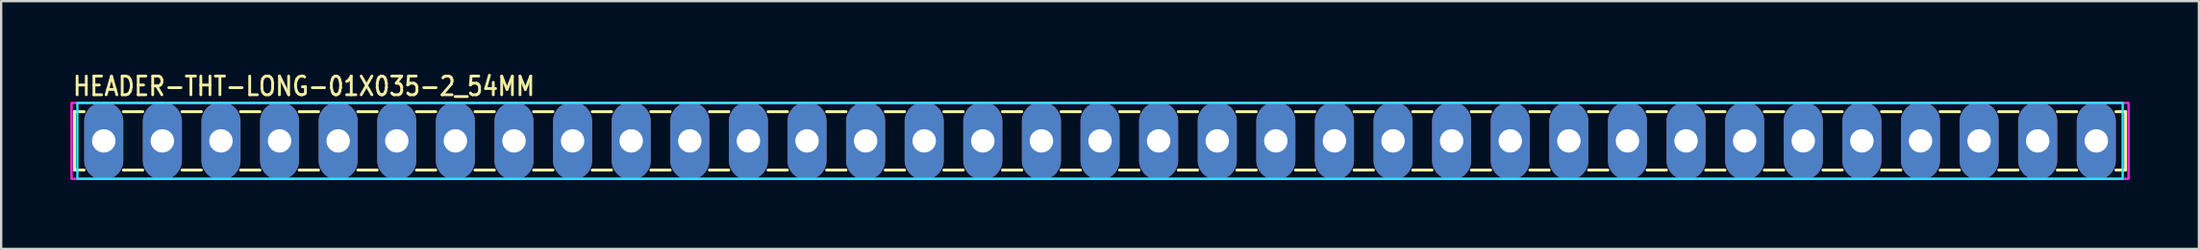
<source format=kicad_pcb>
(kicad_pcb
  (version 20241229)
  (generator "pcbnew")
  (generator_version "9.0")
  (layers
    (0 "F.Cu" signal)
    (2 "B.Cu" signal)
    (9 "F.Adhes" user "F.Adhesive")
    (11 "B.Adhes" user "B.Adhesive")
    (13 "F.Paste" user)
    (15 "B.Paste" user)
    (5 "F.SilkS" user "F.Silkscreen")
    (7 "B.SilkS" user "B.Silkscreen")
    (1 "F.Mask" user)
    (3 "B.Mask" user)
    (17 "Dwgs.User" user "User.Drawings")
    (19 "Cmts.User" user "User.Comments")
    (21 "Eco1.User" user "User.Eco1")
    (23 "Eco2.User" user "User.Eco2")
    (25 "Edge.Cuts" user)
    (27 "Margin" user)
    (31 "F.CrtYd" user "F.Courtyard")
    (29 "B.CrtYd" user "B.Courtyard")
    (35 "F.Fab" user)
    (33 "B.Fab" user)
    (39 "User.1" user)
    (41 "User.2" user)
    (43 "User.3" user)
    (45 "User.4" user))
  (footprint "HEADER-THT-LONG-01X035-2_54MM"
    (layer "F.Cu")
    (at 1.447 3.079)
    (property "Reference" "HEADER-THT-LONG-01X035-2_54MM" (at -1.4 -1.9 0) (unlocked yes) (layer "F.SilkS") (effects (font (size 0.813 0.695) (thickness 0.122)) (justify left bottom)))
    (fp_line (start -1.27 -1.27) (end -1.27 1.27) (stroke (width 0.127) (type solid)) (layer "F.SilkS"))
    (fp_line (start -1.27 1.27) (end -0.85 1.27) (stroke (width 0.127) (type solid)) (layer "F.SilkS"))
    (fp_line (start -0.85 -1.27) (end -1.27 -1.27) (stroke (width 0.127) (type solid)) (layer "F.SilkS"))
    (fp_line (start 0.85 -1.27) (end 1.69 -1.27) (stroke (width 0.127) (type solid)) (layer "F.SilkS"))
    (fp_line (start 0.85 1.27) (end 1.69 1.27) (stroke (width 0.127) (type solid)) (layer "F.SilkS"))
    (fp_line (start 3.39 -1.27) (end 4.23 -1.27) (stroke (width 0.127) (type solid)) (layer "F.SilkS"))
    (fp_line (start 3.39 1.27) (end 4.23 1.27) (stroke (width 0.127) (type solid)) (layer "F.SilkS"))
    (fp_line (start 5.93 -1.27) (end 6.77 -1.27) (stroke (width 0.127) (type solid)) (layer "F.SilkS"))
    (fp_line (start 5.93 1.27) (end 6.77 1.27) (stroke (width 0.127) (type solid)) (layer "F.SilkS"))
    (fp_line (start 8.47 -1.27) (end 9.31 -1.27) (stroke (width 0.127) (type solid)) (layer "F.SilkS"))
    (fp_line (start 8.47 1.27) (end 9.31 1.27) (stroke (width 0.127) (type solid)) (layer "F.SilkS"))
    (fp_line (start 11.01 -1.27) (end 11.85 -1.27) (stroke (width 0.127) (type solid)) (layer "F.SilkS"))
    (fp_line (start 11.01 1.27) (end 11.85 1.27) (stroke (width 0.127) (type solid)) (layer "F.SilkS"))
    (fp_line (start 13.55 -1.27) (end 14.39 -1.27) (stroke (width 0.127) (type solid)) (layer "F.SilkS"))
    (fp_line (start 13.55 1.27) (end 14.39 1.27) (stroke (width 0.127) (type solid)) (layer "F.SilkS"))
    (fp_line (start 16.09 -1.27) (end 16.93 -1.27) (stroke (width 0.127) (type solid)) (layer "F.SilkS"))
    (fp_line (start 16.09 1.27) (end 16.93 1.27) (stroke (width 0.127) (type solid)) (layer "F.SilkS"))
    (fp_line (start 18.63 -1.27) (end 19.47 -1.27) (stroke (width 0.127) (type solid)) (layer "F.SilkS"))
    (fp_line (start 18.63 1.27) (end 19.47 1.27) (stroke (width 0.127) (type solid)) (layer "F.SilkS"))
    (fp_line (start 21.17 -1.27) (end 22.01 -1.27) (stroke (width 0.127) (type solid)) (layer "F.SilkS"))
    (fp_line (start 21.17 1.27) (end 22.01 1.27) (stroke (width 0.127) (type solid)) (layer "F.SilkS"))
    (fp_line (start 23.71 -1.27) (end 24.55 -1.27) (stroke (width 0.127) (type solid)) (layer "F.SilkS"))
    (fp_line (start 23.71 1.27) (end 24.55 1.27) (stroke (width 0.127) (type solid)) (layer "F.SilkS"))
    (fp_line (start 26.25 -1.27) (end 27.09 -1.27) (stroke (width 0.127) (type solid)) (layer "F.SilkS"))
    (fp_line (start 26.25 1.27) (end 27.09 1.27) (stroke (width 0.127) (type solid)) (layer "F.SilkS"))
    (fp_line (start 28.79 -1.27) (end 29.63 -1.27) (stroke (width 0.127) (type solid)) (layer "F.SilkS"))
    (fp_line (start 28.79 1.27) (end 29.63 1.27) (stroke (width 0.127) (type solid)) (layer "F.SilkS"))
    (fp_line (start 31.33 -1.27) (end 32.17 -1.27) (stroke (width 0.127) (type solid)) (layer "F.SilkS"))
    (fp_line (start 31.33 1.27) (end 32.17 1.27) (stroke (width 0.127) (type solid)) (layer "F.SilkS"))
    (fp_line (start 33.87 -1.27) (end 34.71 -1.27) (stroke (width 0.127) (type solid)) (layer "F.SilkS"))
    (fp_line (start 33.87 1.27) (end 34.71 1.27) (stroke (width 0.127) (type solid)) (layer "F.SilkS"))
    (fp_line (start 36.41 -1.27) (end 37.25 -1.27) (stroke (width 0.127) (type solid)) (layer "F.SilkS"))
    (fp_line (start 36.41 1.27) (end 37.25 1.27) (stroke (width 0.127) (type solid)) (layer "F.SilkS"))
    (fp_line (start 38.95 -1.27) (end 39.79 -1.27) (stroke (width 0.127) (type solid)) (layer "F.SilkS"))
    (fp_line (start 38.95 1.27) (end 39.79 1.27) (stroke (width 0.127) (type solid)) (layer "F.SilkS"))
    (fp_line (start 41.49 -1.27) (end 42.33 -1.27) (stroke (width 0.127) (type solid)) (layer "F.SilkS"))
    (fp_line (start 41.49 1.27) (end 42.33 1.27) (stroke (width 0.127) (type solid)) (layer "F.SilkS"))
    (fp_line (start 44.03 -1.27) (end 44.87 -1.27) (stroke (width 0.127) (type solid)) (layer "F.SilkS"))
    (fp_line (start 44.03 1.27) (end 44.87 1.27) (stroke (width 0.127) (type solid)) (layer "F.SilkS"))
    (fp_line (start 46.57 -1.27) (end 47.41 -1.27) (stroke (width 0.127) (type solid)) (layer "F.SilkS"))
    (fp_line (start 46.57 1.27) (end 47.41 1.27) (stroke (width 0.127) (type solid)) (layer "F.SilkS"))
    (fp_line (start 49.11 -1.27) (end 49.95 -1.27) (stroke (width 0.127) (type solid)) (layer "F.SilkS"))
    (fp_line (start 49.11 1.27) (end 49.95 1.27) (stroke (width 0.127) (type solid)) (layer "F.SilkS"))
    (fp_line (start 51.65 -1.27) (end 52.49 -1.27) (stroke (width 0.127) (type solid)) (layer "F.SilkS"))
    (fp_line (start 51.65 1.27) (end 52.49 1.27) (stroke (width 0.127) (type solid)) (layer "F.SilkS"))
    (fp_line (start 54.19 -1.27) (end 55.03 -1.27) (stroke (width 0.127) (type solid)) (layer "F.SilkS"))
    (fp_line (start 54.19 1.27) (end 55.03 1.27) (stroke (width 0.127) (type solid)) (layer "F.SilkS"))
    (fp_line (start 56.73 -1.27) (end 57.57 -1.27) (stroke (width 0.127) (type solid)) (layer "F.SilkS"))
    (fp_line (start 56.73 1.27) (end 57.57 1.27) (stroke (width 0.127) (type solid)) (layer "F.SilkS"))
    (fp_line (start 59.27 -1.27) (end 60.11 -1.27) (stroke (width 0.127) (type solid)) (layer "F.SilkS"))
    (fp_line (start 59.27 1.27) (end 60.11 1.27) (stroke (width 0.127) (type solid)) (layer "F.SilkS"))
    (fp_line (start 61.81 -1.27) (end 62.65 -1.27) (stroke (width 0.127) (type solid)) (layer "F.SilkS"))
    (fp_line (start 61.81 1.27) (end 62.65 1.27) (stroke (width 0.127) (type solid)) (layer "F.SilkS"))
    (fp_line (start 64.35 -1.27) (end 65.19 -1.27) (stroke (width 0.127) (type solid)) (layer "F.SilkS"))
    (fp_line (start 64.35 1.27) (end 65.19 1.27) (stroke (width 0.127) (type solid)) (layer "F.SilkS"))
    (fp_line (start 66.89 -1.27) (end 67.73 -1.27) (stroke (width 0.127) (type solid)) (layer "F.SilkS"))
    (fp_line (start 66.89 1.27) (end 67.73 1.27) (stroke (width 0.127) (type solid)) (layer "F.SilkS"))
    (fp_line (start 69.43 -1.27) (end 70.27 -1.27) (stroke (width 0.127) (type solid)) (layer "F.SilkS"))
    (fp_line (start 69.43 1.27) (end 70.27 1.27) (stroke (width 0.127) (type solid)) (layer "F.SilkS"))
    (fp_line (start 71.97 -1.27) (end 72.81 -1.27) (stroke (width 0.127) (type solid)) (layer "F.SilkS"))
    (fp_line (start 71.97 1.27) (end 72.81 1.27) (stroke (width 0.127) (type solid)) (layer "F.SilkS"))
    (fp_line (start 74.51 -1.27) (end 75.35 -1.27) (stroke (width 0.127) (type solid)) (layer "F.SilkS"))
    (fp_line (start 74.51 1.27) (end 75.35 1.27) (stroke (width 0.127) (type solid)) (layer "F.SilkS"))
    (fp_line (start 77.05 -1.27) (end 77.89 -1.27) (stroke (width 0.127) (type solid)) (layer "F.SilkS"))
    (fp_line (start 77.05 1.27) (end 77.89 1.27) (stroke (width 0.127) (type solid)) (layer "F.SilkS"))
    (fp_line (start 79.59 -1.27) (end 80.43 -1.27) (stroke (width 0.127) (type solid)) (layer "F.SilkS"))
    (fp_line (start 79.59 1.27) (end 80.43 1.27) (stroke (width 0.127) (type solid)) (layer "F.SilkS"))
    (fp_line (start 82.13 -1.27) (end 82.97 -1.27) (stroke (width 0.127) (type solid)) (layer "F.SilkS"))
    (fp_line (start 82.13 1.27) (end 82.97 1.27) (stroke (width 0.127) (type solid)) (layer "F.SilkS"))
    (fp_line (start 84.67 -1.27) (end 85.51 -1.27) (stroke (width 0.127) (type solid)) (layer "F.SilkS"))
    (fp_line (start 84.67 1.27) (end 85.51 1.27) (stroke (width 0.127) (type solid)) (layer "F.SilkS"))
    (fp_line (start 87.21 -1.27) (end 87.63 -1.27) (stroke (width 0.127) (type solid)) (layer "F.SilkS"))
    (fp_line (start 87.63 -1.27) (end 87.63 1.27) (stroke (width 0.127) (type solid)) (layer "F.SilkS"))
    (fp_line (start 87.63 1.27) (end 87.21 1.27) (stroke (width 0.127) (type solid)) (layer "F.SilkS"))
    (fp_poly (pts (xy -1.143 -1.651) (xy 87.503 -1.651) (xy 87.503 1.651) (xy -1.143 1.651)) (stroke (width 0.1) (type solid)) (fill no) (layer "B.CrtYd"))
    (fp_poly (pts (xy -1.397 -1.651) (xy 87.757 -1.651) (xy 87.757 1.651) (xy -1.397 1.651)) (stroke (width 0.1) (type solid)) (fill no) (layer "F.CrtYd"))
    (pad "P$1" thru_hole oval (at 0 0 90) (size 3.387 1.693) (drill 1.016) (layers "*.Cu" "*.Mask"))
    (pad "P$2" thru_hole oval (at 2.54 0 90) (size 3.387 1.693) (drill 1.016) (layers "*.Cu" "*.Mask"))
    (pad "P$3" thru_hole oval (at 5.08 0 90) (size 3.387 1.693) (drill 1.016) (layers "*.Cu" "*.Mask"))
    (pad "P$4" thru_hole oval (at 7.62 0 90) (size 3.387 1.693) (drill 1.016) (layers "*.Cu" "*.Mask"))
    (pad "P$5" thru_hole oval (at 10.16 0 90) (size 3.387 1.693) (drill 1.016) (layers "*.Cu" "*.Mask"))
    (pad "P$6" thru_hole oval (at 12.7 0 90) (size 3.387 1.693) (drill 1.016) (layers "*.Cu" "*.Mask"))
    (pad "P$7" thru_hole oval (at 15.24 0 90) (size 3.387 1.693) (drill 1.016) (layers "*.Cu" "*.Mask"))
    (pad "P$8" thru_hole oval (at 17.78 0 90) (size 3.387 1.693) (drill 1.016) (layers "*.Cu" "*.Mask"))
    (pad "P$9" thru_hole oval (at 20.32 0 90) (size 3.387 1.693) (drill 1.016) (layers "*.Cu" "*.Mask"))
    (pad "P$10" thru_hole oval (at 22.86 0 90) (size 3.387 1.693) (drill 1.016) (layers "*.Cu" "*.Mask"))
    (pad "P$11" thru_hole oval (at 25.4 0 90) (size 3.387 1.693) (drill 1.016) (layers "*.Cu" "*.Mask"))
    (pad "P$12" thru_hole oval (at 27.94 0 90) (size 3.387 1.693) (drill 1.016) (layers "*.Cu" "*.Mask"))
    (pad "P$13" thru_hole oval (at 30.48 0 90) (size 3.387 1.693) (drill 1.016) (layers "*.Cu" "*.Mask"))
    (pad "P$14" thru_hole oval (at 33.02 0 90) (size 3.387 1.693) (drill 1.016) (layers "*.Cu" "*.Mask"))
    (pad "P$15" thru_hole oval (at 35.56 0 90) (size 3.387 1.693) (drill 1.016) (layers "*.Cu" "*.Mask"))
    (pad "P$16" thru_hole oval (at 38.1 0 90) (size 3.387 1.693) (drill 1.016) (layers "*.Cu" "*.Mask"))
    (pad "P$17" thru_hole oval (at 40.64 0 90) (size 3.387 1.693) (drill 1.016) (layers "*.Cu" "*.Mask"))
    (pad "P$18" thru_hole oval (at 43.18 0 90) (size 3.387 1.693) (drill 1.016) (layers "*.Cu" "*.Mask"))
    (pad "P$19" thru_hole oval (at 45.72 0 90) (size 3.387 1.693) (drill 1.016) (layers "*.Cu" "*.Mask"))
    (pad "P$20" thru_hole oval (at 48.26 0 90) (size 3.387 1.693) (drill 1.016) (layers "*.Cu" "*.Mask"))
    (pad "P$21" thru_hole oval (at 50.8 0 90) (size 3.387 1.693) (drill 1.016) (layers "*.Cu" "*.Mask"))
    (pad "P$22" thru_hole oval (at 53.34 0 90) (size 3.387 1.693) (drill 1.016) (layers "*.Cu" "*.Mask"))
    (pad "P$23" thru_hole oval (at 55.88 0 90) (size 3.387 1.693) (drill 1.016) (layers "*.Cu" "*.Mask"))
    (pad "P$24" thru_hole oval (at 58.42 0 90) (size 3.387 1.693) (drill 1.016) (layers "*.Cu" "*.Mask"))
    (pad "P$25" thru_hole oval (at 60.96 0 90) (size 3.387 1.693) (drill 1.016) (layers "*.Cu" "*.Mask"))
    (pad "P$26" thru_hole oval (at 63.5 0 90) (size 3.387 1.693) (drill 1.016) (layers "*.Cu" "*.Mask"))
    (pad "P$27" thru_hole oval (at 66.04 0 90) (size 3.387 1.693) (drill 1.016) (layers "*.Cu" "*.Mask"))
    (pad "P$28" thru_hole oval (at 68.58 0 90) (size 3.387 1.693) (drill 1.016) (layers "*.Cu" "*.Mask"))
    (pad "P$29" thru_hole oval (at 71.12 0 90) (size 3.387 1.693) (drill 1.016) (layers "*.Cu" "*.Mask"))
    (pad "P$30" thru_hole oval (at 73.66 0 90) (size 3.387 1.693) (drill 1.016) (layers "*.Cu" "*.Mask"))
    (pad "P$31" thru_hole oval (at 76.2 0 90) (size 3.387 1.693) (drill 1.016) (layers "*.Cu" "*.Mask"))
    (pad "P$32" thru_hole oval (at 78.74 0 90) (size 3.387 1.693) (drill 1.016) (layers "*.Cu" "*.Mask"))
    (pad "P$33" thru_hole oval (at 81.28 0 90) (size 3.387 1.693) (drill 1.016) (layers "*.Cu" "*.Mask"))
    (pad "P$34" thru_hole oval (at 83.82 0 90) (size 3.387 1.693) (drill 1.016) (layers "*.Cu" "*.Mask"))
    (pad "P$35" thru_hole oval (at 86.36 0 90) (size 3.387 1.693) (drill 1.016) (layers "*.Cu" "*.Mask")))
  (gr_rect
    (start -3 -3)
    (end 92.254 7.78)
    (stroke (width 0.1) (type default))
    (fill no)
    (layer "Edge.Cuts")))
</source>
